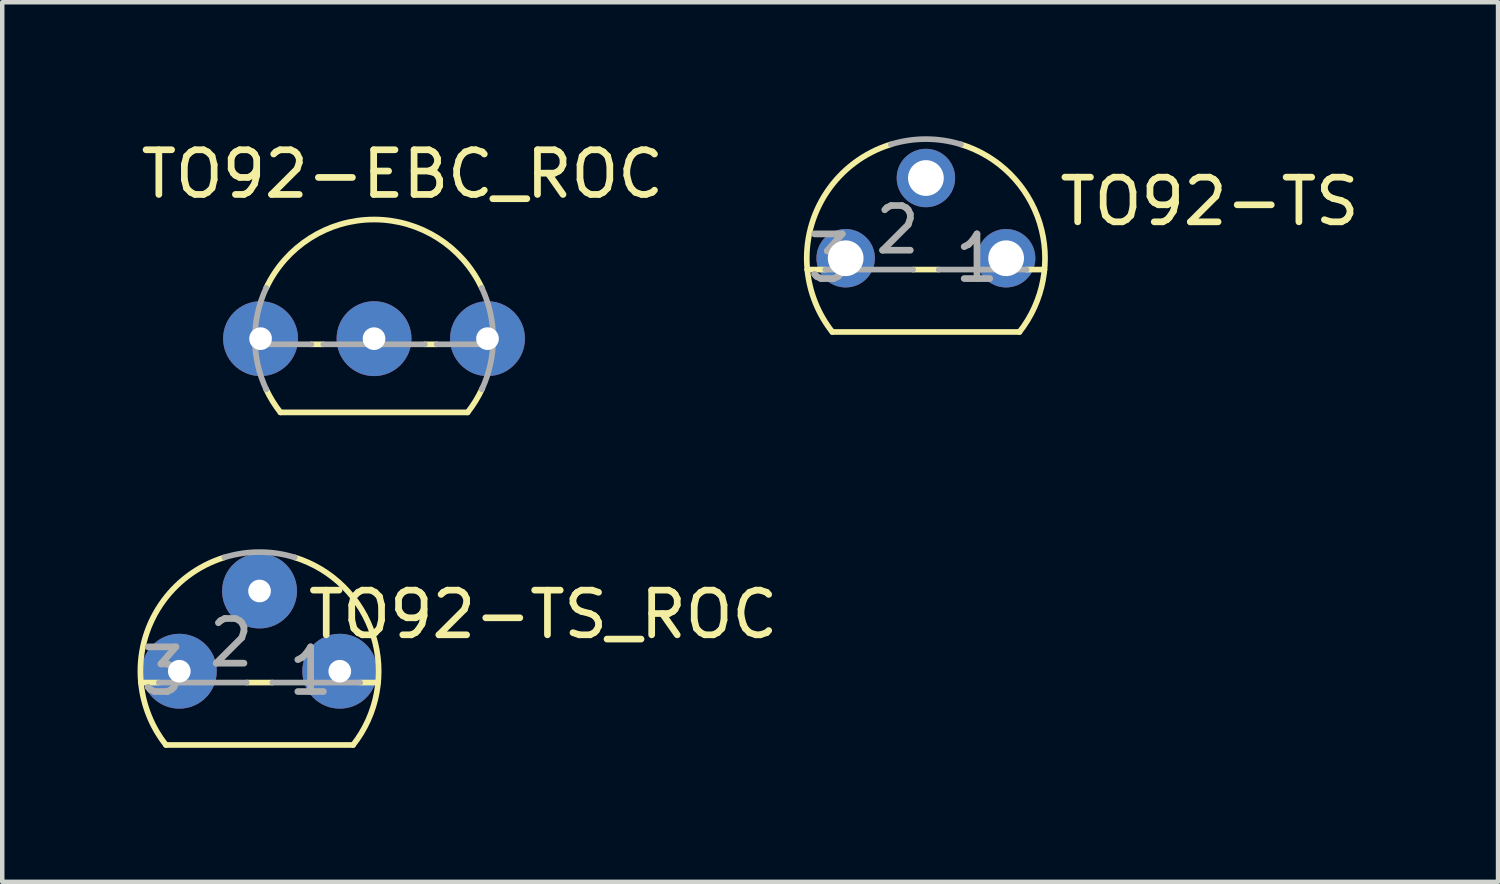
<source format=kicad_pcb>
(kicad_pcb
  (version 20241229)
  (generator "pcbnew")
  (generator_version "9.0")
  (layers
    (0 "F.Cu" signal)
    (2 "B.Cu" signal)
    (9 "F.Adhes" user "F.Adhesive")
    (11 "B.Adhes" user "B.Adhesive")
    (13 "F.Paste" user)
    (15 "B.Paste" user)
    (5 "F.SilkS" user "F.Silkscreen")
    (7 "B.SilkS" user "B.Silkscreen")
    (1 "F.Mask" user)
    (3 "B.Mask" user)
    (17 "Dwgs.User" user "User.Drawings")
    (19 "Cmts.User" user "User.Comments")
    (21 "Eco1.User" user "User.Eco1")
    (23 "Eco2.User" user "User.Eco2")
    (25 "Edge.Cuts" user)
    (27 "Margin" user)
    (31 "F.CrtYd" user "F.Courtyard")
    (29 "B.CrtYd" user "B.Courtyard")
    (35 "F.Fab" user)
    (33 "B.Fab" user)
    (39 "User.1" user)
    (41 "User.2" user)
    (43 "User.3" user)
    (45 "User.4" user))
  (footprint "TO92-EBC_ROC"
    (layer "F.Cu")
    (at 5.323 3.261)
    (property "Reference" "TO92-EBC_ROC" (at 0.635 -2.413 0) (layer "F.SilkS") (effects (font (size 1 1) (thickness 0.15))))
    (attr through_hole)
    (fp_line (start -2.095 2.921) (end 2.095 2.921) (stroke (width 0.127) (type solid)) (layer "F.SilkS"))
    (fp_line (start -1.136 1.397) (end -1.404 1.397) (stroke (width 0.127) (type solid)) (layer "F.SilkS"))
    (fp_line (start 1.404 1.397) (end 1.136 1.397) (stroke (width 0.127) (type solid)) (layer "F.SilkS"))
    (fp_arc (start -2.413 0.1341) (mid 0 -1.396985) (end 2.413 0.1341) (stroke (width 0.127) (type solid)) (layer "F.SilkS"))
    (fp_arc (start -2.095 2.921) (mid -2.268918 2.67252) (end -2.4135 2.4059) (stroke (width 0.127) (type solid)) (layer "F.SilkS"))
    (fp_arc (start 2.4247 2.3818) (mid 2.275878 2.661201) (end 2.095 2.921) (stroke (width 0.127) (type solid)) (layer "F.SilkS"))
    (fp_line (start -1.404 1.397) (end -2.664 1.397) (stroke (width 0.127) (type solid)) (layer "F.Fab"))
    (fp_line (start 1.136 1.397) (end -1.136 1.397) (stroke (width 0.127) (type solid)) (layer "F.Fab"))
    (fp_line (start 2.664 1.397) (end 1.404 1.397) (stroke (width 0.127) (type solid)) (layer "F.Fab"))
    (fp_arc (start -2.413 2.4059) (mid -2.666991 1.27) (end -2.413 0.1341) (stroke (width 0.127) (type solid)) (layer "F.Fab"))
    (fp_arc (start 2.413 0.1341) (mid 2.666991 1.27) (end 2.413 2.4059) (stroke (width 0.127) (type solid)) (layer "F.Fab"))
    (pad "B" thru_hole circle (at 0 1.27) (size 1.676 1.676) (drill 0.508) (layers "*.Cu" "*.Mask"))
    (pad "C" thru_hole circle (at -2.54 1.27) (size 1.676 1.676) (drill 0.508) (layers "*.Cu" "*.Mask"))
    (pad "E" thru_hole circle (at 2.54 1.27) (size 1.676 1.676) (drill 0.508) (layers "*.Cu" "*.Mask")))
  (footprint "TO92-TS_ROC"
    (layer "F.Cu")
    (at 2.76 11.976)
    (property "Reference" "TO92-TS_ROC" (at 6.35 -1.27 0) (layer "F.SilkS") (effects (font (size 1 1) (thickness 0.15))))
    (attr through_hole)
    (fp_line (start -2.655 0.254) (end -2.254 0.254) (stroke (width 0.127) (type solid)) (layer "F.SilkS"))
    (fp_line (start -2.095 1.651) (end 2.095 1.651) (stroke (width 0.127) (type solid)) (layer "F.SilkS"))
    (fp_line (start -0.286 0.254) (end 0.286 0.254) (stroke (width 0.127) (type solid)) (layer "F.SilkS"))
    (fp_line (start 2.254 0.254) (end 2.655 0.254) (stroke (width 0.127) (type solid)) (layer "F.SilkS"))
    (fp_arc (start -2.6549 0.254) (mid -2.219001 -1.479565) (end -0.7863 -2.5485) (stroke (width 0.127) (type solid)) (layer "F.SilkS"))
    (fp_arc (start -2.0946 1.651) (mid -2.475346 0.992847) (end -2.6549 0.254) (stroke (width 0.127) (type solid)) (layer "F.SilkS"))
    (fp_arc (start 0.786299 -2.5484) (mid 2.546275 -0.793203) (end 2.0945 1.651) (stroke (width 0.127) (type solid)) (layer "F.SilkS"))
    (fp_line (start -2.254 0.254) (end -0.286 0.254) (stroke (width 0.127) (type solid)) (layer "F.Fab"))
    (fp_line (start 0.286 0.254) (end 2.254 0.254) (stroke (width 0.127) (type solid)) (layer "F.Fab"))
    (fp_arc (start -0.7863 -2.5485) (mid 0 -2.667043) (end 0.7863 -2.5485) (stroke (width 0.127) (type solid)) (layer "F.Fab"))
    (fp_text user "3" (at -2.159 0 0) (layer "F.Fab") (effects (font (size 1 1) (thickness 0.15))))
    (fp_text user "1" (at 1.143 0 0) (layer "F.Fab") (effects (font (size 1 1) (thickness 0.15))))
    (fp_text user "2" (at -0.635 -0.635 0) (layer "F.Fab") (effects (font (size 1 1) (thickness 0.15))))
    (pad "1" thru_hole circle (at 1.796 0) (size 1.676 1.676) (drill 0.508) (layers "*.Cu" "*.Mask"))
    (pad "2" thru_hole circle (at 0 -1.796) (size 1.676 1.676) (drill 0.508) (layers "*.Cu" "*.Mask"))
    (pad "3" thru_hole circle (at -1.796 0) (size 1.676 1.676) (drill 0.508) (layers "*.Cu" "*.Mask")))
  (footprint "TO92-TS"
    (layer "F.Cu")
    (at 17.677 2.731)
    (property "Reference" "TO92-TS" (at 6.35 -1.27 0) (layer "F.SilkS") (effects (font (size 1 1) (thickness 0.15))))
    (attr through_hole)
    (fp_line (start -2.655 0.254) (end -2.254 0.254) (stroke (width 0.127) (type solid)) (layer "F.SilkS"))
    (fp_line (start -2.095 1.651) (end 2.095 1.651) (stroke (width 0.127) (type solid)) (layer "F.SilkS"))
    (fp_line (start -0.286 0.254) (end 0.286 0.254) (stroke (width 0.127) (type solid)) (layer "F.SilkS"))
    (fp_line (start 2.254 0.254) (end 2.655 0.254) (stroke (width 0.127) (type solid)) (layer "F.SilkS"))
    (fp_arc (start -2.6549 0.254) (mid -2.219001 -1.479565) (end -0.7863 -2.5485) (stroke (width 0.127) (type solid)) (layer "F.SilkS"))
    (fp_arc (start -2.0946 1.651) (mid -2.475346 0.992847) (end -2.6549 0.254) (stroke (width 0.127) (type solid)) (layer "F.SilkS"))
    (fp_arc (start 0.786299 -2.5484) (mid 2.546275 -0.793203) (end 2.0945 1.651) (stroke (width 0.127) (type solid)) (layer "F.SilkS"))
    (fp_line (start -2.254 0.254) (end -0.286 0.254) (stroke (width 0.127) (type solid)) (layer "F.Fab"))
    (fp_line (start 0.286 0.254) (end 2.254 0.254) (stroke (width 0.127) (type solid)) (layer "F.Fab"))
    (fp_arc (start -0.7863 -2.5485) (mid 0 -2.667043) (end 0.7863 -2.5485) (stroke (width 0.127) (type solid)) (layer "F.Fab"))
    (fp_text user "2" (at -0.635 -0.635 0) (layer "F.Fab") (effects (font (size 1 1) (thickness 0.15))))
    (fp_text user "3" (at -2.159 0 0) (layer "F.Fab") (effects (font (size 1 1) (thickness 0.15))))
    (fp_text user "1" (at 1.143 0 0) (layer "F.Fab") (effects (font (size 1 1) (thickness 0.15))))
    (pad "1" thru_hole circle (at 1.796 0) (size 1.308 1.308) (drill 0.8) (layers "*.Cu" "*.Mask"))
    (pad "2" thru_hole circle (at 0 -1.796) (size 1.308 1.308) (drill 0.8) (layers "*.Cu" "*.Mask"))
    (pad "3" thru_hole circle (at -1.796 0) (size 1.308 1.308) (drill 0.8) (layers "*.Cu" "*.Mask")))
  (gr_rect
    (start -3 -3)
    (end 30.485 16.691)
    (stroke (width 0.1) (type default))
    (fill no)
    (layer "Edge.Cuts")))
</source>
